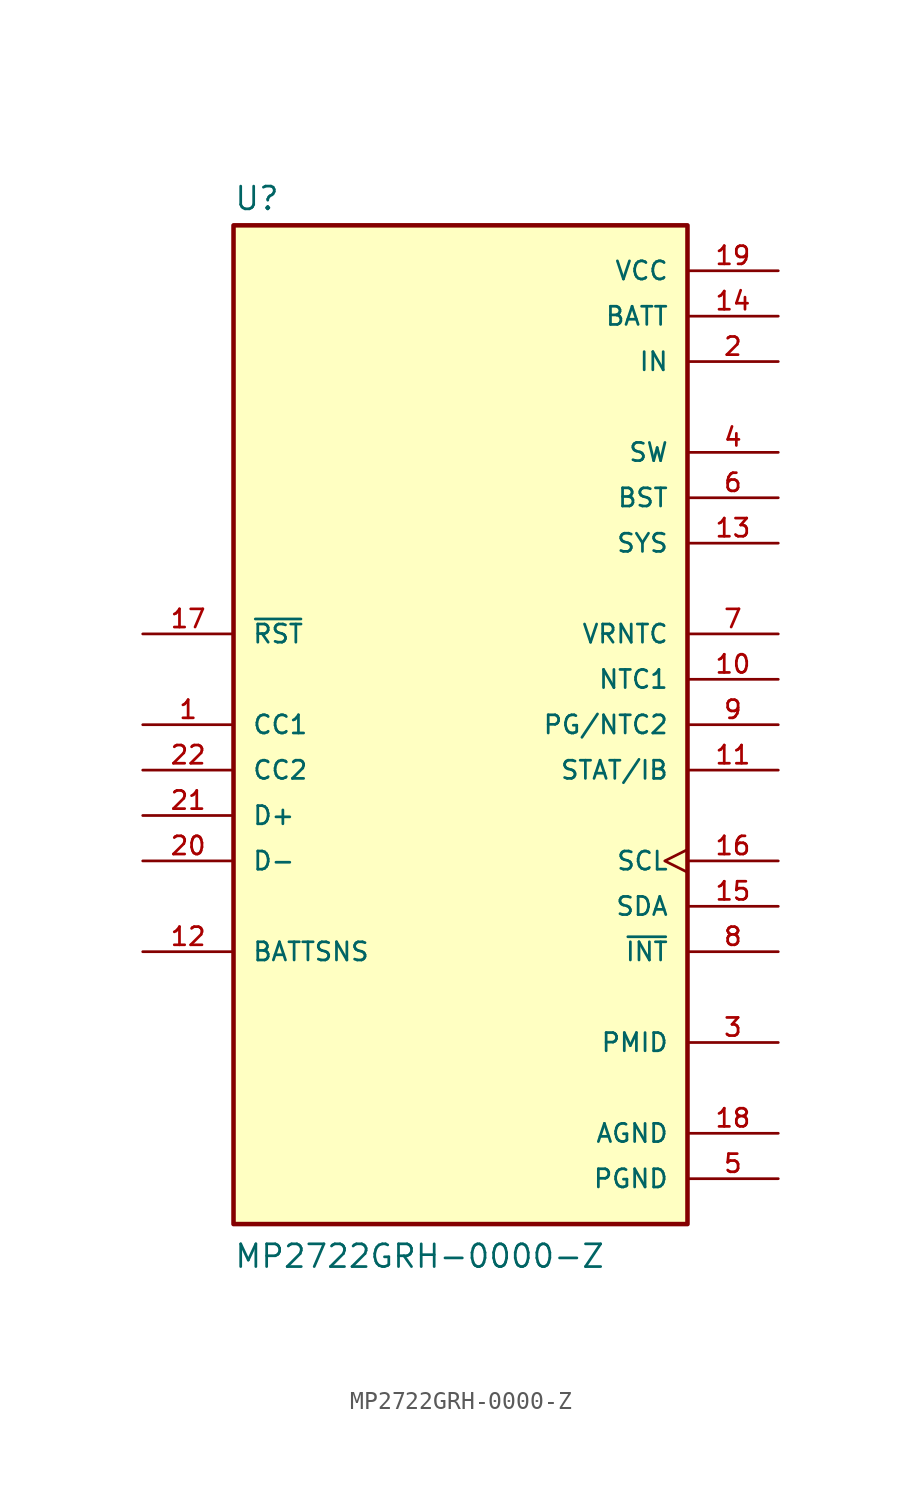
<source format=kicad_sym>
(kicad_symbol_lib
  (version 20211014)
  (generator kicad_symbol_editor)
  (symbol "MP2722GRH-0000-Z"
    (pin_names
      (offset 1.016))
    (property "Reference" "U"
      (at -12.7 28.702 0)
      (effects (font (size 1.27 1.27)) (justify bottom left)))
    (property "Value" "MP2722GRH-0000-Z"
      (at -12.7 -30.48 0)
      (effects (font (size 1.27 1.27)) (justify bottom left)))
    (symbol "MP2722GRH-0000-Z_0_0"
      (rectangle (start -12.7 -27.94) (end 12.7 27.94) (stroke (width 0.254)) (fill (type background)))
      (pin bidirectional line (at -17.78 0.0 0) (length 5.08) (name "CC1" (effects (font (size 1.016 1.016)))) (number "1" (effects (font (size 1.016 1.016)))))
      (pin power_in line (at 17.78 20.32 180.0) (length 5.08) (name "IN" (effects (font (size 1.016 1.016)))) (number "2" (effects (font (size 1.016 1.016)))))
      (pin power_in line (at 17.78 -17.78 180.0) (length 5.08) (name "PMID" (effects (font (size 1.016 1.016)))) (number "3" (effects (font (size 1.016 1.016)))))
      (pin power_in line (at 17.78 15.24 180.0) (length 5.08) (name "SW" (effects (font (size 1.016 1.016)))) (number "4" (effects (font (size 1.016 1.016)))))
      (pin power_in line (at 17.78 -25.4 180.0) (length 5.08) (name "PGND" (effects (font (size 1.016 1.016)))) (number "5" (effects (font (size 1.016 1.016)))))
      (pin power_in line (at 17.78 12.7 180.0) (length 5.08) (name "BST" (effects (font (size 1.016 1.016)))) (number "6" (effects (font (size 1.016 1.016)))))
      (pin output line (at 17.78 -12.7 180.0) (length 5.08) (name "~{INT}" (effects (font (size 1.016 1.016)))) (number "8" (effects (font (size 1.016 1.016)))))
      (pin bidirectional line (at 17.78 0.0 180.0) (length 5.08) (name "PG/NTC2" (effects (font (size 1.016 1.016)))) (number "9" (effects (font (size 1.016 1.016)))))
      (pin input line (at 17.78 2.54 180.0) (length 5.08) (name "NTC1" (effects (font (size 1.016 1.016)))) (number "10" (effects (font (size 1.016 1.016)))))
      (pin output line (at 17.78 5.08 180.0) (length 5.08) (name "VRNTC" (effects (font (size 1.016 1.016)))) (number "7" (effects (font (size 1.016 1.016)))))
      (pin power_in line (at 17.78 -22.86 180.0) (length 5.08) (name "AGND" (effects (font (size 1.016 1.016)))) (number "18" (effects (font (size 1.016 1.016)))))
      (pin power_in line (at 17.78 10.16 180.0) (length 5.08) (name "SYS" (effects (font (size 1.016 1.016)))) (number "13" (effects (font (size 1.016 1.016)))))
      (pin power_in line (at 17.78 22.86 180.0) (length 5.08) (name "BATT" (effects (font (size 1.016 1.016)))) (number "14" (effects (font (size 1.016 1.016)))))
      (pin input clock (at 17.78 -7.62 180.0) (length 5.08) (name "SCL" (effects (font (size 1.016 1.016)))) (number "16" (effects (font (size 1.016 1.016)))))
      (pin bidirectional line (at 17.78 -10.16 180.0) (length 5.08) (name "SDA" (effects (font (size 1.016 1.016)))) (number "15" (effects (font (size 1.016 1.016)))))
      (pin output line (at 17.78 -2.54 180.0) (length 5.08) (name "STAT/IB" (effects (font (size 1.016 1.016)))) (number "11" (effects (font (size 1.016 1.016)))))
      (pin input line (at -17.78 5.08 0) (length 5.08) (name "~{RST}" (effects (font (size 1.016 1.016)))) (number "17" (effects (font (size 1.016 1.016)))))
      (pin bidirectional line (at -17.78 -2.54 0) (length 5.08) (name "CC2" (effects (font (size 1.016 1.016)))) (number "22" (effects (font (size 1.016 1.016)))))
      (pin power_in line (at 17.78 25.4 180.0) (length 5.08) (name "VCC" (effects (font (size 1.016 1.016)))) (number "19" (effects (font (size 1.016 1.016)))))
      (pin input line (at -17.78 -12.7 0) (length 5.08) (name "BATTSNS" (effects (font (size 1.016 1.016)))) (number "12" (effects (font (size 1.016 1.016)))))
      (pin bidirectional line (at -17.78 -5.08 0) (length 5.08) (name "D+" (effects (font (size 1.016 1.016)))) (number "21" (effects (font (size 1.016 1.016)))))
      (pin bidirectional line (at -17.78 -7.62 0) (length 5.08) (name "D-" (effects (font (size 1.016 1.016)))) (number "20" (effects (font (size 1.016 1.016))))))))
</source>
